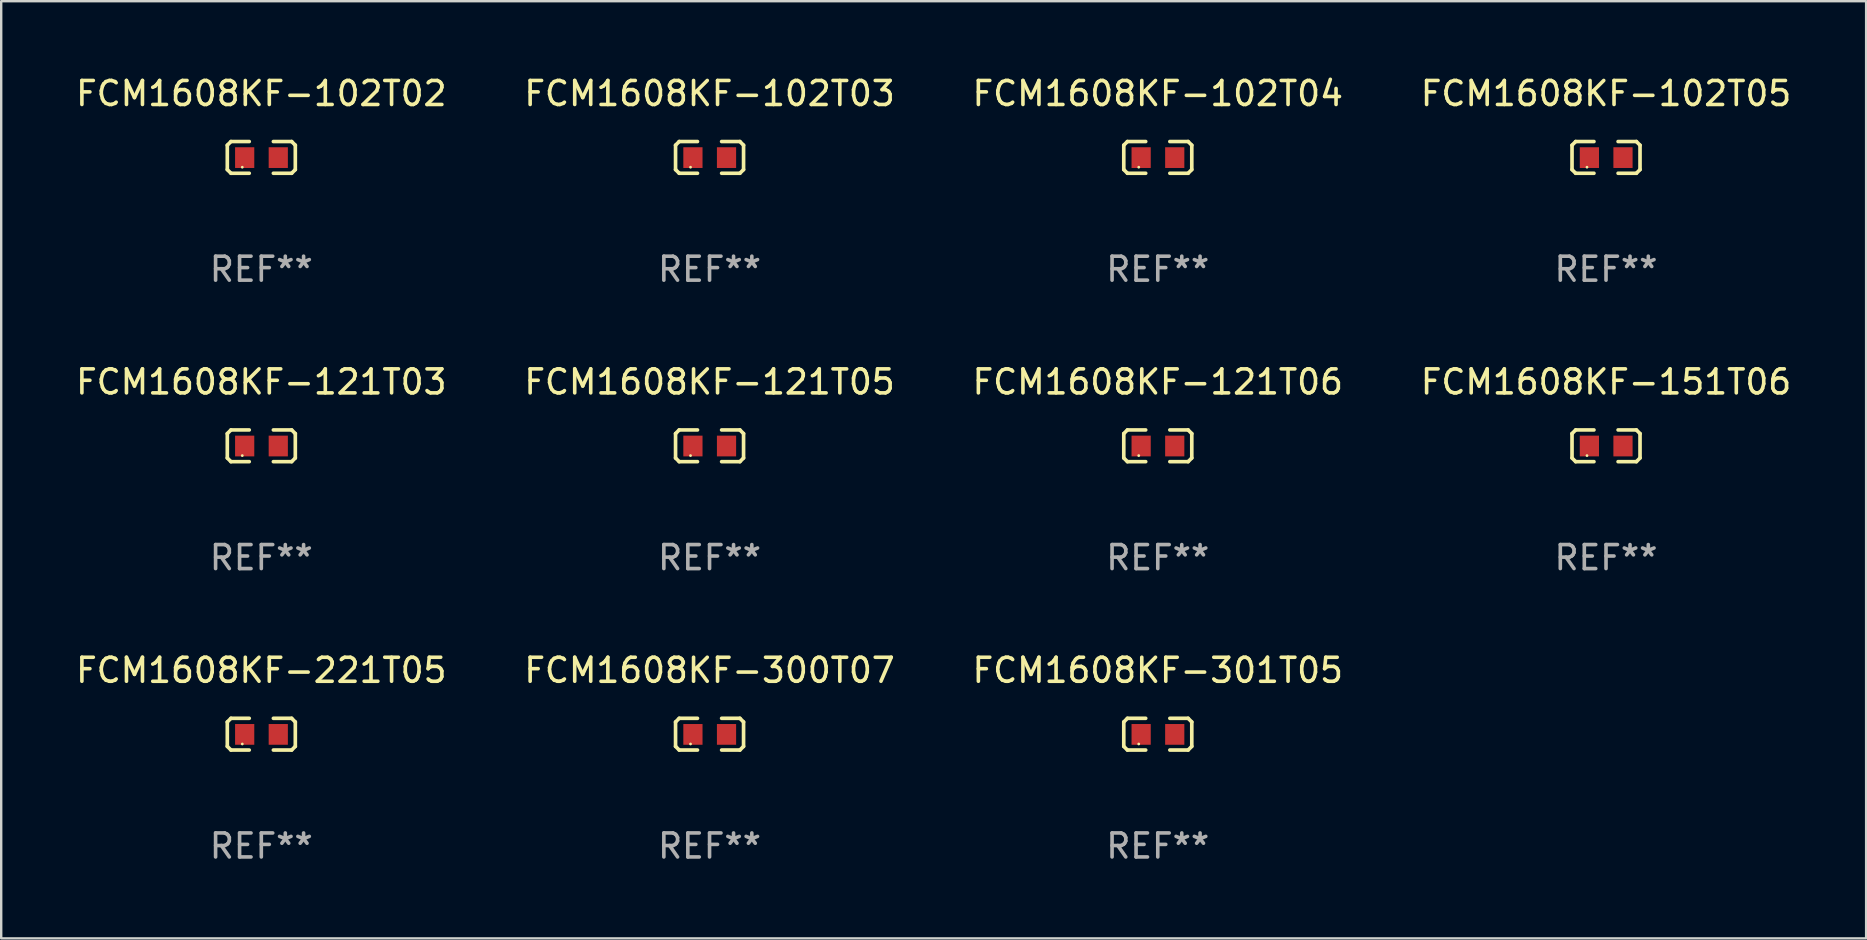
<source format=kicad_pcb>
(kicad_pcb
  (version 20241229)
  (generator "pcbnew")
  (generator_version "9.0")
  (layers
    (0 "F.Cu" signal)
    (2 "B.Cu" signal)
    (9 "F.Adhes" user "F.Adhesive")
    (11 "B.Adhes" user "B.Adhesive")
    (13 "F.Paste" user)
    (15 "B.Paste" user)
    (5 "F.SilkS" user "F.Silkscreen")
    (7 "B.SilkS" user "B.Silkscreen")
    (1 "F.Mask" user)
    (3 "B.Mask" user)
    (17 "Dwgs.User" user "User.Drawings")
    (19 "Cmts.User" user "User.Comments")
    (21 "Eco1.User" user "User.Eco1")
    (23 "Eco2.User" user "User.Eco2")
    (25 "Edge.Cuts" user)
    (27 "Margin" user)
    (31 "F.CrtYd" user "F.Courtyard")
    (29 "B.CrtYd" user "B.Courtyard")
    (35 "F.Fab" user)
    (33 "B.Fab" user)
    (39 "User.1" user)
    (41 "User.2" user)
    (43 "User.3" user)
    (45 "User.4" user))
  (footprint "FCM1608KF-301T05"
    (layer "F.Cu")
    (at 45.196 27.544)
    (property "Reference" "FCM1608KF-301T05" (at 0 -2.661 0) (layer "F.SilkS") (effects (font (size 1 1) (thickness 0.15))))
    (attr through_hole)
    (fp_line (start -1.417 -0.508) (end -1.265 -0.661) (stroke (width 0.152) (type solid)) (layer "F.SilkS"))
    (fp_line (start -1.417 0.508) (end -1.417 -0.508) (stroke (width 0.152) (type solid)) (layer "F.SilkS"))
    (fp_line (start -1.265 -0.661) (end -0.503 -0.661) (stroke (width 0.152) (type solid)) (layer "F.SilkS"))
    (fp_line (start -1.265 0.661) (end -1.417 0.508) (stroke (width 0.152) (type solid)) (layer "F.SilkS"))
    (fp_line (start -1.265 0.661) (end -0.503 0.661) (stroke (width 0.152) (type solid)) (layer "F.SilkS"))
    (fp_line (start 1.265 -0.661) (end 0.503 -0.661) (stroke (width 0.152) (type solid)) (layer "F.SilkS"))
    (fp_line (start 1.265 -0.661) (end 1.417 -0.508) (stroke (width 0.152) (type solid)) (layer "F.SilkS"))
    (fp_line (start 1.265 0.661) (end 0.503 0.661) (stroke (width 0.152) (type solid)) (layer "F.SilkS"))
    (fp_line (start 1.417 -0.508) (end 1.417 0.508) (stroke (width 0.152) (type solid)) (layer "F.SilkS"))
    (fp_line (start 1.417 0.508) (end 1.265 0.661) (stroke (width 0.152) (type solid)) (layer "F.SilkS"))
    (fp_circle (center -0.793 0.409) (end -0.763 0.409) (stroke (width 0.06) (type solid)) (fill no) (layer "F.SilkS"))
    (fp_text user "REF**" (at 0 4.661 0) (layer "F.Fab") (effects (font (size 1 1) (thickness 0.15))))
    (pad "1" smd rect (at -0.693 0.009 180) (size 0.8 0.864) (layers "F.Cu" "F.Mask" "F.Paste"))
    (pad "2" smd rect (at 0.707 0.009 180) (size 0.8 0.864) (layers "F.Cu" "F.Mask" "F.Paste")))
  (footprint "FCM1608KF-221T05"
    (layer "F.Cu")
    (at 7.839 27.544)
    (property "Reference" "FCM1608KF-221T05" (at 0 -2.661 0) (layer "F.SilkS") (effects (font (size 1 1) (thickness 0.15))))
    (attr through_hole)
    (fp_line (start -1.417 -0.508) (end -1.265 -0.661) (stroke (width 0.152) (type solid)) (layer "F.SilkS"))
    (fp_line (start -1.417 0.508) (end -1.417 -0.508) (stroke (width 0.152) (type solid)) (layer "F.SilkS"))
    (fp_line (start -1.265 -0.661) (end -0.503 -0.661) (stroke (width 0.152) (type solid)) (layer "F.SilkS"))
    (fp_line (start -1.265 0.661) (end -1.417 0.508) (stroke (width 0.152) (type solid)) (layer "F.SilkS"))
    (fp_line (start -1.265 0.661) (end -0.503 0.661) (stroke (width 0.152) (type solid)) (layer "F.SilkS"))
    (fp_line (start 1.265 -0.661) (end 0.503 -0.661) (stroke (width 0.152) (type solid)) (layer "F.SilkS"))
    (fp_line (start 1.265 -0.661) (end 1.417 -0.508) (stroke (width 0.152) (type solid)) (layer "F.SilkS"))
    (fp_line (start 1.265 0.661) (end 0.503 0.661) (stroke (width 0.152) (type solid)) (layer "F.SilkS"))
    (fp_line (start 1.417 -0.508) (end 1.417 0.508) (stroke (width 0.152) (type solid)) (layer "F.SilkS"))
    (fp_line (start 1.417 0.508) (end 1.265 0.661) (stroke (width 0.152) (type solid)) (layer "F.SilkS"))
    (fp_circle (center -0.793 0.409) (end -0.763 0.409) (stroke (width 0.06) (type solid)) (fill no) (layer "F.SilkS"))
    (fp_text user "REF**" (at 0 4.661 0) (layer "F.Fab") (effects (font (size 1 1) (thickness 0.15))))
    (pad "1" smd rect (at -0.693 0.009 180) (size 0.8 0.864) (layers "F.Cu" "F.Mask" "F.Paste"))
    (pad "2" smd rect (at 0.707 0.009 180) (size 0.8 0.864) (layers "F.Cu" "F.Mask" "F.Paste")))
  (footprint "FCM1608KF-102T05"
    (layer "F.Cu")
    (at 63.875 3.509)
    (property "Reference" "FCM1608KF-102T05" (at 0 -2.661 0) (layer "F.SilkS") (effects (font (size 1 1) (thickness 0.15))))
    (attr through_hole)
    (fp_line (start -1.417 -0.508) (end -1.265 -0.661) (stroke (width 0.152) (type solid)) (layer "F.SilkS"))
    (fp_line (start -1.417 0.508) (end -1.417 -0.508) (stroke (width 0.152) (type solid)) (layer "F.SilkS"))
    (fp_line (start -1.265 -0.661) (end -0.503 -0.661) (stroke (width 0.152) (type solid)) (layer "F.SilkS"))
    (fp_line (start -1.265 0.661) (end -1.417 0.508) (stroke (width 0.152) (type solid)) (layer "F.SilkS"))
    (fp_line (start -1.265 0.661) (end -0.503 0.661) (stroke (width 0.152) (type solid)) (layer "F.SilkS"))
    (fp_line (start 1.265 -0.661) (end 0.503 -0.661) (stroke (width 0.152) (type solid)) (layer "F.SilkS"))
    (fp_line (start 1.265 -0.661) (end 1.417 -0.508) (stroke (width 0.152) (type solid)) (layer "F.SilkS"))
    (fp_line (start 1.265 0.661) (end 0.503 0.661) (stroke (width 0.152) (type solid)) (layer "F.SilkS"))
    (fp_line (start 1.417 -0.508) (end 1.417 0.508) (stroke (width 0.152) (type solid)) (layer "F.SilkS"))
    (fp_line (start 1.417 0.508) (end 1.265 0.661) (stroke (width 0.152) (type solid)) (layer "F.SilkS"))
    (fp_circle (center -0.793 0.409) (end -0.763 0.409) (stroke (width 0.06) (type solid)) (fill no) (layer "F.SilkS"))
    (fp_text user "REF**" (at 0 4.661 0) (layer "F.Fab") (effects (font (size 1 1) (thickness 0.15))))
    (pad "1" smd rect (at -0.693 0.009 180) (size 0.8 0.864) (layers "F.Cu" "F.Mask" "F.Paste"))
    (pad "2" smd rect (at 0.707 0.009 180) (size 0.8 0.864) (layers "F.Cu" "F.Mask" "F.Paste")))
  (footprint "FCM1608KF-102T03"
    (layer "F.Cu")
    (at 26.518 3.509)
    (property "Reference" "FCM1608KF-102T03" (at 0 -2.661 0) (layer "F.SilkS") (effects (font (size 1 1) (thickness 0.15))))
    (attr through_hole)
    (fp_line (start -1.417 -0.508) (end -1.265 -0.661) (stroke (width 0.152) (type solid)) (layer "F.SilkS"))
    (fp_line (start -1.417 0.508) (end -1.417 -0.508) (stroke (width 0.152) (type solid)) (layer "F.SilkS"))
    (fp_line (start -1.265 -0.661) (end -0.503 -0.661) (stroke (width 0.152) (type solid)) (layer "F.SilkS"))
    (fp_line (start -1.265 0.661) (end -1.417 0.508) (stroke (width 0.152) (type solid)) (layer "F.SilkS"))
    (fp_line (start -1.265 0.661) (end -0.503 0.661) (stroke (width 0.152) (type solid)) (layer "F.SilkS"))
    (fp_line (start 1.265 -0.661) (end 0.503 -0.661) (stroke (width 0.152) (type solid)) (layer "F.SilkS"))
    (fp_line (start 1.265 -0.661) (end 1.417 -0.508) (stroke (width 0.152) (type solid)) (layer "F.SilkS"))
    (fp_line (start 1.265 0.661) (end 0.503 0.661) (stroke (width 0.152) (type solid)) (layer "F.SilkS"))
    (fp_line (start 1.417 -0.508) (end 1.417 0.508) (stroke (width 0.152) (type solid)) (layer "F.SilkS"))
    (fp_line (start 1.417 0.508) (end 1.265 0.661) (stroke (width 0.152) (type solid)) (layer "F.SilkS"))
    (fp_circle (center -0.793 0.409) (end -0.763 0.409) (stroke (width 0.06) (type solid)) (fill no) (layer "F.SilkS"))
    (fp_text user "REF**" (at 0 4.661 0) (layer "F.Fab") (effects (font (size 1 1) (thickness 0.15))))
    (pad "1" smd rect (at -0.693 0.009 180) (size 0.8 0.864) (layers "F.Cu" "F.Mask" "F.Paste"))
    (pad "2" smd rect (at 0.707 0.009 180) (size 0.8 0.864) (layers "F.Cu" "F.Mask" "F.Paste")))
  (footprint "FCM1608KF-121T06"
    (layer "F.Cu")
    (at 45.196 15.527)
    (property "Reference" "FCM1608KF-121T06" (at 0 -2.661 0) (layer "F.SilkS") (effects (font (size 1 1) (thickness 0.15))))
    (attr through_hole)
    (fp_line (start -1.417 -0.508) (end -1.265 -0.661) (stroke (width 0.152) (type solid)) (layer "F.SilkS"))
    (fp_line (start -1.417 0.508) (end -1.417 -0.508) (stroke (width 0.152) (type solid)) (layer "F.SilkS"))
    (fp_line (start -1.265 -0.661) (end -0.503 -0.661) (stroke (width 0.152) (type solid)) (layer "F.SilkS"))
    (fp_line (start -1.265 0.661) (end -1.417 0.508) (stroke (width 0.152) (type solid)) (layer "F.SilkS"))
    (fp_line (start -1.265 0.661) (end -0.503 0.661) (stroke (width 0.152) (type solid)) (layer "F.SilkS"))
    (fp_line (start 1.265 -0.661) (end 0.503 -0.661) (stroke (width 0.152) (type solid)) (layer "F.SilkS"))
    (fp_line (start 1.265 -0.661) (end 1.417 -0.508) (stroke (width 0.152) (type solid)) (layer "F.SilkS"))
    (fp_line (start 1.265 0.661) (end 0.503 0.661) (stroke (width 0.152) (type solid)) (layer "F.SilkS"))
    (fp_line (start 1.417 -0.508) (end 1.417 0.508) (stroke (width 0.152) (type solid)) (layer "F.SilkS"))
    (fp_line (start 1.417 0.508) (end 1.265 0.661) (stroke (width 0.152) (type solid)) (layer "F.SilkS"))
    (fp_circle (center -0.793 0.409) (end -0.763 0.409) (stroke (width 0.06) (type solid)) (fill no) (layer "F.SilkS"))
    (fp_text user "REF**" (at 0 4.661 0) (layer "F.Fab") (effects (font (size 1 1) (thickness 0.15))))
    (pad "1" smd rect (at -0.693 0.009 180) (size 0.8 0.864) (layers "F.Cu" "F.Mask" "F.Paste"))
    (pad "2" smd rect (at 0.707 0.009 180) (size 0.8 0.864) (layers "F.Cu" "F.Mask" "F.Paste")))
  (footprint "FCM1608KF-300T07"
    (layer "F.Cu")
    (at 26.518 27.544)
    (property "Reference" "FCM1608KF-300T07" (at 0 -2.661 0) (layer "F.SilkS") (effects (font (size 1 1) (thickness 0.15))))
    (attr through_hole)
    (fp_line (start -1.417 -0.508) (end -1.265 -0.661) (stroke (width 0.152) (type solid)) (layer "F.SilkS"))
    (fp_line (start -1.417 0.508) (end -1.417 -0.508) (stroke (width 0.152) (type solid)) (layer "F.SilkS"))
    (fp_line (start -1.265 -0.661) (end -0.503 -0.661) (stroke (width 0.152) (type solid)) (layer "F.SilkS"))
    (fp_line (start -1.265 0.661) (end -1.417 0.508) (stroke (width 0.152) (type solid)) (layer "F.SilkS"))
    (fp_line (start -1.265 0.661) (end -0.503 0.661) (stroke (width 0.152) (type solid)) (layer "F.SilkS"))
    (fp_line (start 1.265 -0.661) (end 0.503 -0.661) (stroke (width 0.152) (type solid)) (layer "F.SilkS"))
    (fp_line (start 1.265 -0.661) (end 1.417 -0.508) (stroke (width 0.152) (type solid)) (layer "F.SilkS"))
    (fp_line (start 1.265 0.661) (end 0.503 0.661) (stroke (width 0.152) (type solid)) (layer "F.SilkS"))
    (fp_line (start 1.417 -0.508) (end 1.417 0.508) (stroke (width 0.152) (type solid)) (layer "F.SilkS"))
    (fp_line (start 1.417 0.508) (end 1.265 0.661) (stroke (width 0.152) (type solid)) (layer "F.SilkS"))
    (fp_circle (center -0.793 0.409) (end -0.763 0.409) (stroke (width 0.06) (type solid)) (fill no) (layer "F.SilkS"))
    (fp_text user "REF**" (at 0 4.661 0) (layer "F.Fab") (effects (font (size 1 1) (thickness 0.15))))
    (pad "1" smd rect (at -0.693 0.009 180) (size 0.8 0.864) (layers "F.Cu" "F.Mask" "F.Paste"))
    (pad "2" smd rect (at 0.707 0.009 180) (size 0.8 0.864) (layers "F.Cu" "F.Mask" "F.Paste")))
  (footprint "FCM1608KF-102T02"
    (layer "F.Cu")
    (at 7.839 3.509)
    (property "Reference" "FCM1608KF-102T02" (at 0 -2.661 0) (layer "F.SilkS") (effects (font (size 1 1) (thickness 0.15))))
    (attr through_hole)
    (fp_line (start -1.417 -0.508) (end -1.265 -0.661) (stroke (width 0.152) (type solid)) (layer "F.SilkS"))
    (fp_line (start -1.417 0.508) (end -1.417 -0.508) (stroke (width 0.152) (type solid)) (layer "F.SilkS"))
    (fp_line (start -1.265 -0.661) (end -0.503 -0.661) (stroke (width 0.152) (type solid)) (layer "F.SilkS"))
    (fp_line (start -1.265 0.661) (end -1.417 0.508) (stroke (width 0.152) (type solid)) (layer "F.SilkS"))
    (fp_line (start -1.265 0.661) (end -0.503 0.661) (stroke (width 0.152) (type solid)) (layer "F.SilkS"))
    (fp_line (start 1.265 -0.661) (end 0.503 -0.661) (stroke (width 0.152) (type solid)) (layer "F.SilkS"))
    (fp_line (start 1.265 -0.661) (end 1.417 -0.508) (stroke (width 0.152) (type solid)) (layer "F.SilkS"))
    (fp_line (start 1.265 0.661) (end 0.503 0.661) (stroke (width 0.152) (type solid)) (layer "F.SilkS"))
    (fp_line (start 1.417 -0.508) (end 1.417 0.508) (stroke (width 0.152) (type solid)) (layer "F.SilkS"))
    (fp_line (start 1.417 0.508) (end 1.265 0.661) (stroke (width 0.152) (type solid)) (layer "F.SilkS"))
    (fp_circle (center -0.793 0.409) (end -0.763 0.409) (stroke (width 0.06) (type solid)) (fill no) (layer "F.SilkS"))
    (fp_text user "REF**" (at 0 4.661 0) (layer "F.Fab") (effects (font (size 1 1) (thickness 0.15))))
    (pad "1" smd rect (at -0.693 0.009 180) (size 0.8 0.864) (layers "F.Cu" "F.Mask" "F.Paste"))
    (pad "2" smd rect (at 0.707 0.009 180) (size 0.8 0.864) (layers "F.Cu" "F.Mask" "F.Paste")))
  (footprint "FCM1608KF-121T03"
    (layer "F.Cu")
    (at 7.839 15.527)
    (property "Reference" "FCM1608KF-121T03" (at 0 -2.661 0) (layer "F.SilkS") (effects (font (size 1 1) (thickness 0.15))))
    (attr through_hole)
    (fp_line (start -1.417 -0.508) (end -1.265 -0.661) (stroke (width 0.152) (type solid)) (layer "F.SilkS"))
    (fp_line (start -1.417 0.508) (end -1.417 -0.508) (stroke (width 0.152) (type solid)) (layer "F.SilkS"))
    (fp_line (start -1.265 -0.661) (end -0.503 -0.661) (stroke (width 0.152) (type solid)) (layer "F.SilkS"))
    (fp_line (start -1.265 0.661) (end -1.417 0.508) (stroke (width 0.152) (type solid)) (layer "F.SilkS"))
    (fp_line (start -1.265 0.661) (end -0.503 0.661) (stroke (width 0.152) (type solid)) (layer "F.SilkS"))
    (fp_line (start 1.265 -0.661) (end 0.503 -0.661) (stroke (width 0.152) (type solid)) (layer "F.SilkS"))
    (fp_line (start 1.265 -0.661) (end 1.417 -0.508) (stroke (width 0.152) (type solid)) (layer "F.SilkS"))
    (fp_line (start 1.265 0.661) (end 0.503 0.661) (stroke (width 0.152) (type solid)) (layer "F.SilkS"))
    (fp_line (start 1.417 -0.508) (end 1.417 0.508) (stroke (width 0.152) (type solid)) (layer "F.SilkS"))
    (fp_line (start 1.417 0.508) (end 1.265 0.661) (stroke (width 0.152) (type solid)) (layer "F.SilkS"))
    (fp_circle (center -0.793 0.409) (end -0.763 0.409) (stroke (width 0.06) (type solid)) (fill no) (layer "F.SilkS"))
    (fp_text user "REF**" (at 0 4.661 0) (layer "F.Fab") (effects (font (size 1 1) (thickness 0.15))))
    (pad "1" smd rect (at -0.693 0.009 180) (size 0.8 0.864) (layers "F.Cu" "F.Mask" "F.Paste"))
    (pad "2" smd rect (at 0.707 0.009 180) (size 0.8 0.864) (layers "F.Cu" "F.Mask" "F.Paste")))
  (footprint "FCM1608KF-151T06"
    (layer "F.Cu")
    (at 63.875 15.527)
    (property "Reference" "FCM1608KF-151T06" (at 0 -2.661 0) (layer "F.SilkS") (effects (font (size 1 1) (thickness 0.15))))
    (attr through_hole)
    (fp_line (start -1.417 -0.508) (end -1.265 -0.661) (stroke (width 0.152) (type solid)) (layer "F.SilkS"))
    (fp_line (start -1.417 0.508) (end -1.417 -0.508) (stroke (width 0.152) (type solid)) (layer "F.SilkS"))
    (fp_line (start -1.265 -0.661) (end -0.503 -0.661) (stroke (width 0.152) (type solid)) (layer "F.SilkS"))
    (fp_line (start -1.265 0.661) (end -1.417 0.508) (stroke (width 0.152) (type solid)) (layer "F.SilkS"))
    (fp_line (start -1.265 0.661) (end -0.503 0.661) (stroke (width 0.152) (type solid)) (layer "F.SilkS"))
    (fp_line (start 1.265 -0.661) (end 0.503 -0.661) (stroke (width 0.152) (type solid)) (layer "F.SilkS"))
    (fp_line (start 1.265 -0.661) (end 1.417 -0.508) (stroke (width 0.152) (type solid)) (layer "F.SilkS"))
    (fp_line (start 1.265 0.661) (end 0.503 0.661) (stroke (width 0.152) (type solid)) (layer "F.SilkS"))
    (fp_line (start 1.417 -0.508) (end 1.417 0.508) (stroke (width 0.152) (type solid)) (layer "F.SilkS"))
    (fp_line (start 1.417 0.508) (end 1.265 0.661) (stroke (width 0.152) (type solid)) (layer "F.SilkS"))
    (fp_circle (center -0.793 0.409) (end -0.763 0.409) (stroke (width 0.06) (type solid)) (fill no) (layer "F.SilkS"))
    (fp_text user "REF**" (at 0 4.661 0) (layer "F.Fab") (effects (font (size 1 1) (thickness 0.15))))
    (pad "1" smd rect (at -0.693 0.009 180) (size 0.8 0.864) (layers "F.Cu" "F.Mask" "F.Paste"))
    (pad "2" smd rect (at 0.707 0.009 180) (size 0.8 0.864) (layers "F.Cu" "F.Mask" "F.Paste")))
  (footprint "FCM1608KF-102T04"
    (layer "F.Cu")
    (at 45.196 3.509)
    (property "Reference" "FCM1608KF-102T04" (at 0 -2.661 0) (layer "F.SilkS") (effects (font (size 1 1) (thickness 0.15))))
    (attr through_hole)
    (fp_line (start -1.417 -0.508) (end -1.265 -0.661) (stroke (width 0.152) (type solid)) (layer "F.SilkS"))
    (fp_line (start -1.417 0.508) (end -1.417 -0.508) (stroke (width 0.152) (type solid)) (layer "F.SilkS"))
    (fp_line (start -1.265 -0.661) (end -0.503 -0.661) (stroke (width 0.152) (type solid)) (layer "F.SilkS"))
    (fp_line (start -1.265 0.661) (end -1.417 0.508) (stroke (width 0.152) (type solid)) (layer "F.SilkS"))
    (fp_line (start -1.265 0.661) (end -0.503 0.661) (stroke (width 0.152) (type solid)) (layer "F.SilkS"))
    (fp_line (start 1.265 -0.661) (end 0.503 -0.661) (stroke (width 0.152) (type solid)) (layer "F.SilkS"))
    (fp_line (start 1.265 -0.661) (end 1.417 -0.508) (stroke (width 0.152) (type solid)) (layer "F.SilkS"))
    (fp_line (start 1.265 0.661) (end 0.503 0.661) (stroke (width 0.152) (type solid)) (layer "F.SilkS"))
    (fp_line (start 1.417 -0.508) (end 1.417 0.508) (stroke (width 0.152) (type solid)) (layer "F.SilkS"))
    (fp_line (start 1.417 0.508) (end 1.265 0.661) (stroke (width 0.152) (type solid)) (layer "F.SilkS"))
    (fp_circle (center -0.793 0.409) (end -0.763 0.409) (stroke (width 0.06) (type solid)) (fill no) (layer "F.SilkS"))
    (fp_text user "REF**" (at 0 4.661 0) (layer "F.Fab") (effects (font (size 1 1) (thickness 0.15))))
    (pad "1" smd rect (at -0.693 0.009 180) (size 0.8 0.864) (layers "F.Cu" "F.Mask" "F.Paste"))
    (pad "2" smd rect (at 0.707 0.009 180) (size 0.8 0.864) (layers "F.Cu" "F.Mask" "F.Paste")))
  (footprint "FCM1608KF-121T05"
    (layer "F.Cu")
    (at 26.518 15.527)
    (property "Reference" "FCM1608KF-121T05" (at 0 -2.661 0) (layer "F.SilkS") (effects (font (size 1 1) (thickness 0.15))))
    (attr through_hole)
    (fp_line (start -1.417 -0.508) (end -1.265 -0.661) (stroke (width 0.152) (type solid)) (layer "F.SilkS"))
    (fp_line (start -1.417 0.508) (end -1.417 -0.508) (stroke (width 0.152) (type solid)) (layer "F.SilkS"))
    (fp_line (start -1.265 -0.661) (end -0.503 -0.661) (stroke (width 0.152) (type solid)) (layer "F.SilkS"))
    (fp_line (start -1.265 0.661) (end -1.417 0.508) (stroke (width 0.152) (type solid)) (layer "F.SilkS"))
    (fp_line (start -1.265 0.661) (end -0.503 0.661) (stroke (width 0.152) (type solid)) (layer "F.SilkS"))
    (fp_line (start 1.265 -0.661) (end 0.503 -0.661) (stroke (width 0.152) (type solid)) (layer "F.SilkS"))
    (fp_line (start 1.265 -0.661) (end 1.417 -0.508) (stroke (width 0.152) (type solid)) (layer "F.SilkS"))
    (fp_line (start 1.265 0.661) (end 0.503 0.661) (stroke (width 0.152) (type solid)) (layer "F.SilkS"))
    (fp_line (start 1.417 -0.508) (end 1.417 0.508) (stroke (width 0.152) (type solid)) (layer "F.SilkS"))
    (fp_line (start 1.417 0.508) (end 1.265 0.661) (stroke (width 0.152) (type solid)) (layer "F.SilkS"))
    (fp_circle (center -0.793 0.409) (end -0.763 0.409) (stroke (width 0.06) (type solid)) (fill no) (layer "F.SilkS"))
    (fp_text user "REF**" (at 0 4.661 0) (layer "F.Fab") (effects (font (size 1 1) (thickness 0.15))))
    (pad "1" smd rect (at -0.693 0.009 180) (size 0.8 0.864) (layers "F.Cu" "F.Mask" "F.Paste"))
    (pad "2" smd rect (at 0.707 0.009 180) (size 0.8 0.864) (layers "F.Cu" "F.Mask" "F.Paste")))
  (gr_rect
    (start -3 -3)
    (end 74.714 36.053)
    (stroke (width 0.1) (type default))
    (fill no)
    (layer "Edge.Cuts")))
</source>
